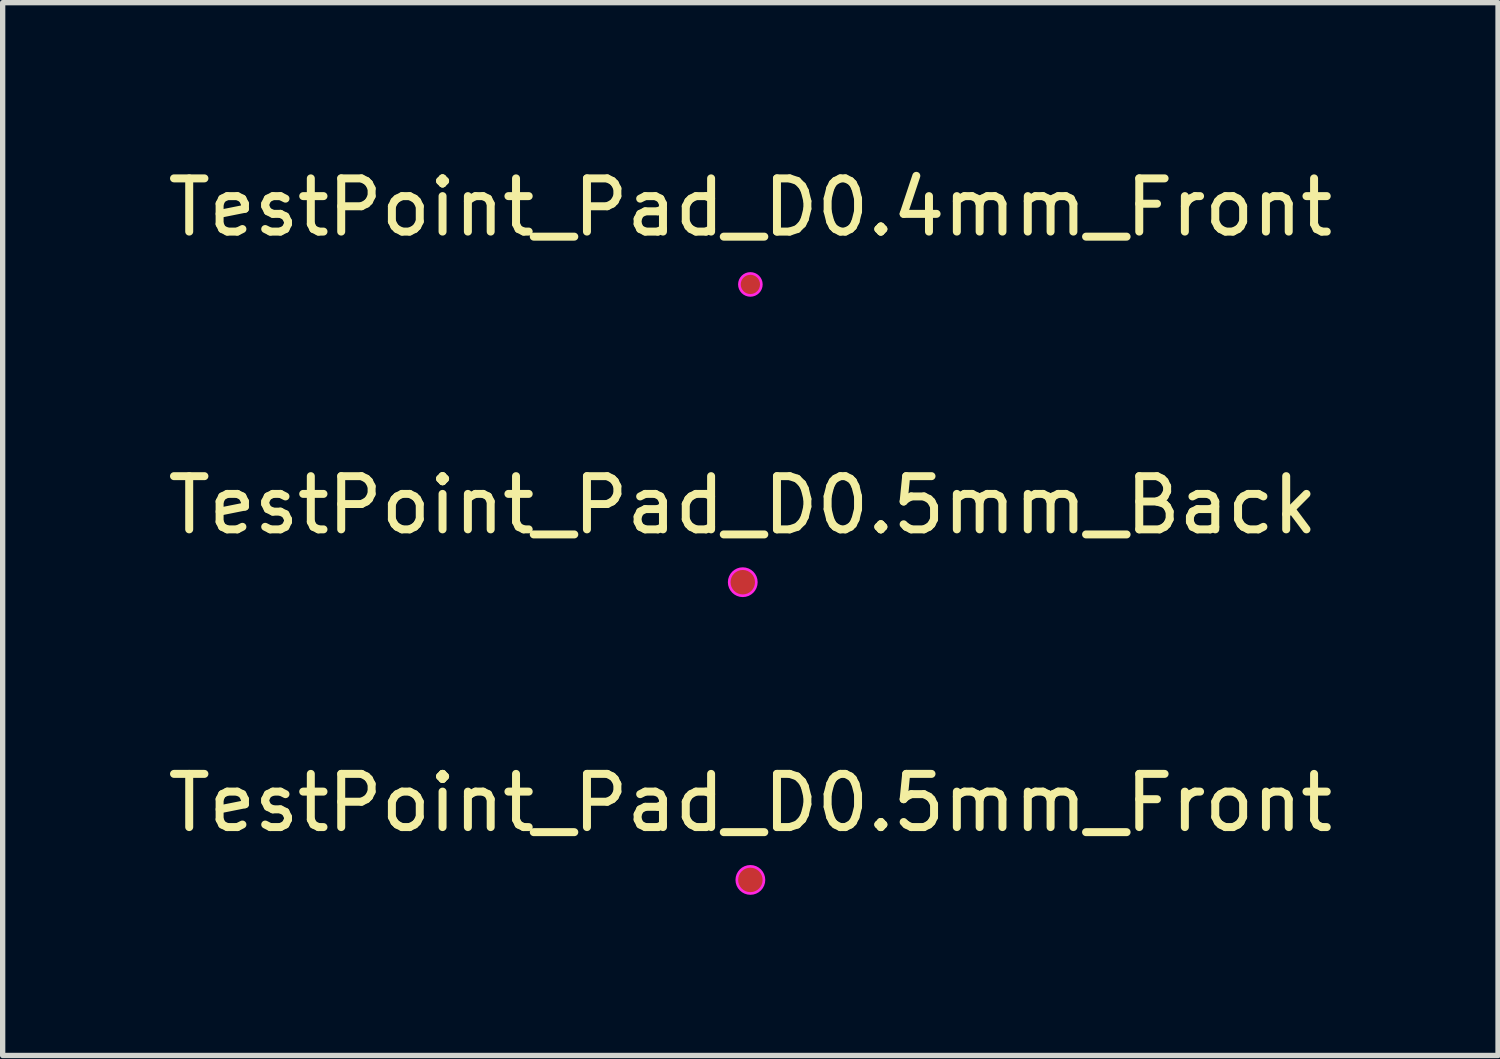
<source format=kicad_pcb>
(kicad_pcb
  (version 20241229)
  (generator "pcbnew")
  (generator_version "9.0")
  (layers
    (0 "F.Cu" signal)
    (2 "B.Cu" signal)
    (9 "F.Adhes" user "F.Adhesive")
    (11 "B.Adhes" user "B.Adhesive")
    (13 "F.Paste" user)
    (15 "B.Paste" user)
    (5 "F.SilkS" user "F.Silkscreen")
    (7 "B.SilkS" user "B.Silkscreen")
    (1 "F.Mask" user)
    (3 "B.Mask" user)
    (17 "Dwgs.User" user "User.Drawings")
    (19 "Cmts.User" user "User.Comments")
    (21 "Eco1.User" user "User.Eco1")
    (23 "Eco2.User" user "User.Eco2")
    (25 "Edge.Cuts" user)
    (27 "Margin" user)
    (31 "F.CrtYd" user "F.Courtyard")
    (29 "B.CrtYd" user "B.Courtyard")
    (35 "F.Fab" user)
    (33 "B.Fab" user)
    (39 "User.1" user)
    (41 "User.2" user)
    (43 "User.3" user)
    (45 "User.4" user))
  (footprint "TestPoint_Pad_D0.5mm_Back"
    (layer "F.Cu")
    (at 10.911 7.893)
    (property "Reference" "TestPoint_Pad_D0.5mm_Back" (at 0 -1.448 0) (layer "F.SilkS") (effects (font (size 1 1) (thickness 0.15))))
    (attr exclude_from_pos_files exclude_from_bom)
    (fp_circle (center 0 0) (end 0.25 -0.05) (stroke (width 0.05) (type solid)) (fill no) (layer "F.CrtYd"))
    (fp_circle (center 0 0) (end 0.25 0) (stroke (width 0.1) (type solid)) (fill no) (layer "User.3"))
    (fp_text user "${REFERENCE}" (at 0 -0.65 0) (layer "User.3") (effects (font (size 0.5 0.5) (thickness 0.1)) (justify mirror)))
    (pad "1" smd circle (at 0 0) (size 0.5 0.5) (property pad_prop_testpoint) (layers "F.Cu" "F.Mask")))
  (footprint "TestPoint_Pad_D0.5mm_Front"
    (layer "F.Cu")
    (at 11.054 13.489)
    (property "Reference" "TestPoint_Pad_D0.5mm_Front" (at 0 -1.448 0) (layer "F.SilkS") (effects (font (size 1 1) (thickness 0.15))))
    (attr exclude_from_pos_files exclude_from_bom)
    (fp_circle (center 0 0) (end 0.25 -0.05) (stroke (width 0.05) (type solid)) (fill no) (layer "F.CrtYd"))
    (fp_circle (center 0 0) (end 0.25 0) (stroke (width 0.1) (type solid)) (fill no) (layer "User.2"))
    (fp_text user "${REFERENCE}" (at 0 -0.65 0) (layer "User.2") (effects (font (size 0.5 0.5) (thickness 0.1))))
    (pad "1" smd circle (at 0 0) (size 0.5 0.5) (property pad_prop_testpoint) (layers "F.Cu" "F.Mask")))
  (footprint "TestPoint_Pad_D0.4mm_Front"
    (layer "F.Cu")
    (at 11.054 2.296)
    (property "Reference" "TestPoint_Pad_D0.4mm_Front" (at 0 -1.448 0) (layer "F.SilkS") (effects (font (size 1 1) (thickness 0.15))))
    (attr exclude_from_pos_files exclude_from_bom)
    (fp_circle (center 0 0) (end 0.2 -0.05) (stroke (width 0.05) (type solid)) (fill no) (layer "F.CrtYd"))
    (fp_circle (center 0 0) (end 0.25 0) (stroke (width 0.1) (type solid)) (fill no) (layer "User.2"))
    (fp_text user "${REFERENCE}" (at 0 -0.65 0) (layer "User.2") (effects (font (size 0.5 0.5) (thickness 0.1))))
    (pad "1" smd circle (at 0 0) (size 0.4 0.4) (property pad_prop_testpoint) (layers "F.Cu" "F.Mask")))
  (gr_rect
    (start -3 -3)
    (end 25.107 16.789)
    (stroke (width 0.1) (type default))
    (fill no)
    (layer "Edge.Cuts")))
</source>
